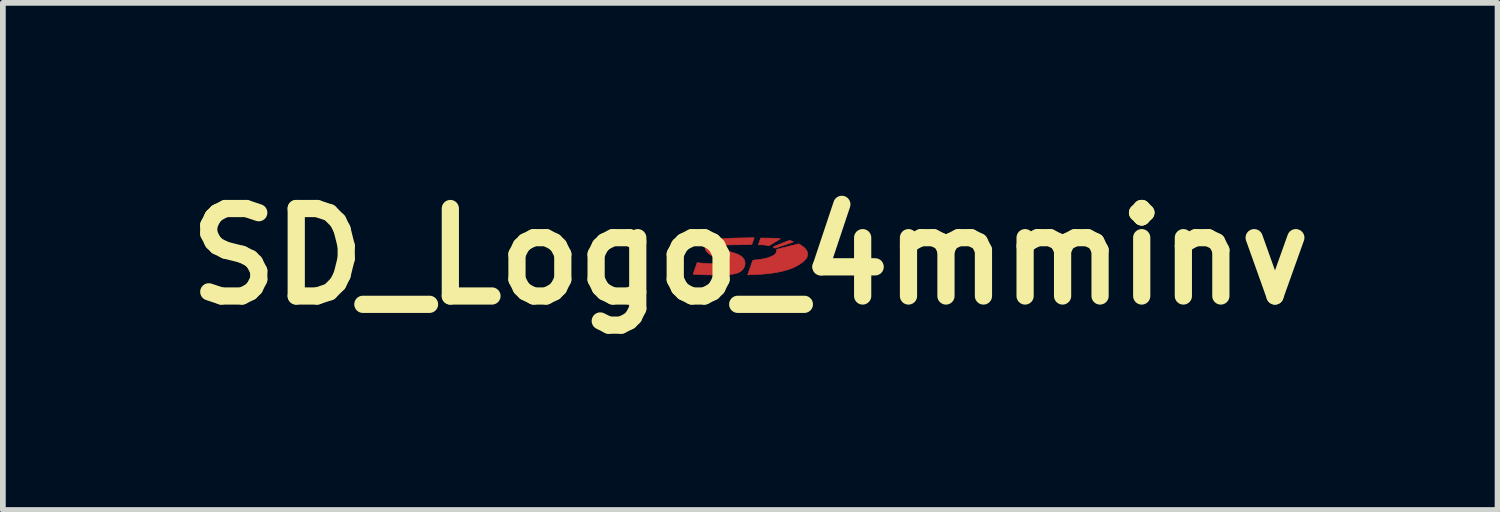
<source format=kicad_pcb>
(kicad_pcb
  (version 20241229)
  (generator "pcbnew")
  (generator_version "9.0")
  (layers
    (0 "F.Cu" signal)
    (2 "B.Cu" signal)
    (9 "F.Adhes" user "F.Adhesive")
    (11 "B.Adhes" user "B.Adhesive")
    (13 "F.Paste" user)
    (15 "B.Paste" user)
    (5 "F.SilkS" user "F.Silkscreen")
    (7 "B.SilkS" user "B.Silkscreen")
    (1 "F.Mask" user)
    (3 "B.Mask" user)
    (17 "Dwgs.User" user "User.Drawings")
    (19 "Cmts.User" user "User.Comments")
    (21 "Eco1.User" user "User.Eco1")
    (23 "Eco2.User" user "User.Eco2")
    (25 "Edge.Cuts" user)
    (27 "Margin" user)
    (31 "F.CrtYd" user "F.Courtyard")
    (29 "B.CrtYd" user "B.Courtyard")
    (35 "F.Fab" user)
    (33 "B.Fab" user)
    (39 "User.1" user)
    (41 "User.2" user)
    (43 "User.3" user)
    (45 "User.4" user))
  (footprint "SD_Logo_4mminv"
    (layer "F.Cu")
    (at 10.022 1.418)
    (property "Reference" "SD_Logo_4mminv" (at 0 0 0) (layer "F.SilkS") (effects (font (size 1.524 1.524) (thickness 0.3))))
    (attr through_hole)
    (fp_poly (pts (xy 0.319 -0.319) (xy 0.361 -0.318) (xy 0.402 -0.317) (xy 0.439 -0.315) (xy 0.468 -0.314) (xy 0.488 -0.312) (xy 0.491 -0.312) (xy 0.527 -0.308) (xy 0.427 -0.246) (xy 0.395 -0.227) (xy 0.367 -0.21) (xy 0.344 -0.196) (xy 0.329 -0.188) (xy 0.323 -0.185) (xy 0.316 -0.187) (xy 0.3 -0.19) (xy 0.279 -0.194) (xy 0.251 -0.199) (xy 0.217 -0.202) (xy 0.19 -0.203) (xy 0.141 -0.203) (xy 0.162 -0.262) (xy 0.183 -0.321) (xy 0.319 -0.319)) (stroke (width 0.01) (type solid)) (fill yes) (layer "F.Cu"))
    (fp_poly (pts (xy 0.716 -0.27) (xy 0.735 -0.264) (xy 0.748 -0.258) (xy 0.752 -0.255) (xy 0.747 -0.252) (xy 0.731 -0.245) (xy 0.707 -0.236) (xy 0.675 -0.225) (xy 0.637 -0.211) (xy 0.594 -0.197) (xy 0.591 -0.196) (xy 0.542 -0.18) (xy 0.504 -0.167) (xy 0.475 -0.158) (xy 0.454 -0.152) (xy 0.439 -0.148) (xy 0.429 -0.147) (xy 0.422 -0.148) (xy 0.416 -0.15) (xy 0.413 -0.153) (xy 0.407 -0.156) (xy 0.404 -0.16) (xy 0.403 -0.163) (xy 0.407 -0.167) (xy 0.416 -0.172) (xy 0.431 -0.179) (xy 0.454 -0.189) (xy 0.486 -0.202) (xy 0.528 -0.219) (xy 0.553 -0.229) (xy 0.683 -0.281) (xy 0.716 -0.27)) (stroke (width 0.01) (type solid)) (fill yes) (layer "F.Cu"))
    (fp_poly (pts (xy 0.884 -0.197) (xy 0.92 -0.172) (xy 0.951 -0.144) (xy 0.976 -0.116) (xy 0.989 -0.096) (xy 0.998 -0.068) (xy 1 -0.035) (xy 0.996 -0.002) (xy 0.988 0.019) (xy 0.967 0.049) (xy 0.936 0.08) (xy 0.896 0.113) (xy 0.85 0.144) (xy 0.799 0.173) (xy 0.746 0.199) (xy 0.744 0.2) (xy 0.653 0.233) (xy 0.552 0.26) (xy 0.441 0.283) (xy 0.319 0.299) (xy 0.189 0.311) (xy 0.111 0.314) (xy 0.073 0.316) (xy 0.039 0.317) (xy 0.009 0.319) (xy -0.012 0.32) (xy -0.021 0.321) (xy -0.036 0.322) (xy -0.044 0.322) (xy -0.044 0.321) (xy -0.042 0.315) (xy -0.037 0.299) (xy -0.029 0.275) (xy -0.019 0.246) (xy -0.007 0.213) (xy 0.004 0.18) (xy 0.016 0.147) (xy 0.026 0.118) (xy 0.035 0.094) (xy 0.039 0.081) (xy 0.043 0.073) (xy 0.05 0.067) (xy 0.061 0.064) (xy 0.082 0.062) (xy 0.094 0.061) (xy 0.171 0.052) (xy 0.242 0.04) (xy 0.306 0.024) (xy 0.36 0.004) (xy 0.404 -0.018) (xy 0.41 -0.021) (xy 0.437 -0.044) (xy 0.454 -0.067) (xy 0.46 -0.09) (xy 0.458 -0.104) (xy 0.455 -0.116) (xy 0.46 -0.122) (xy 0.469 -0.125) (xy 0.479 -0.127) (xy 0.5 -0.133) (xy 0.53 -0.14) (xy 0.567 -0.15) (xy 0.61 -0.16) (xy 0.656 -0.172) (xy 0.666 -0.175) (xy 0.846 -0.22) (xy 0.884 -0.197)) (stroke (width 0.01) (type solid)) (fill yes) (layer "F.Cu"))
    (fp_poly (pts (xy 0.051 -0.27) (xy 0.042 -0.245) (xy 0.035 -0.225) (xy 0.03 -0.213) (xy 0.028 -0.21) (xy 0.021 -0.209) (xy 0.003 -0.208) (xy -0.025 -0.207) (xy -0.062 -0.206) (xy -0.107 -0.205) (xy -0.157 -0.204) (xy -0.212 -0.203) (xy -0.24 -0.203) (xy -0.307 -0.202) (xy -0.362 -0.201) (xy -0.407 -0.2) (xy -0.442 -0.199) (xy -0.47 -0.198) (xy -0.491 -0.196) (xy -0.507 -0.195) (xy -0.518 -0.193) (xy -0.526 -0.19) (xy -0.529 -0.189) (xy -0.546 -0.178) (xy -0.553 -0.167) (xy -0.553 -0.165) (xy -0.549 -0.156) (xy -0.538 -0.147) (xy -0.518 -0.136) (xy -0.489 -0.125) (xy -0.45 -0.112) (xy -0.399 -0.096) (xy -0.387 -0.093) (xy -0.325 -0.074) (xy -0.274 -0.058) (xy -0.232 -0.043) (xy -0.199 -0.028) (xy -0.171 -0.013) (xy -0.149 0.002) (xy -0.131 0.019) (xy -0.129 0.02) (xy -0.105 0.054) (xy -0.092 0.091) (xy -0.089 0.13) (xy -0.097 0.17) (xy -0.114 0.207) (xy -0.142 0.242) (xy -0.168 0.263) (xy -0.208 0.284) (xy -0.259 0.301) (xy -0.322 0.312) (xy -0.368 0.318) (xy -0.402 0.32) (xy -0.446 0.321) (xy -0.498 0.322) (xy -0.557 0.323) (xy -0.62 0.323) (xy -0.685 0.322) (xy -0.75 0.321) (xy -0.813 0.319) (xy -0.872 0.317) (xy -0.879 0.317) (xy -0.915 0.315) (xy -0.947 0.314) (xy -0.972 0.312) (xy -0.988 0.311) (xy -0.994 0.31) (xy -0.992 0.304) (xy -0.987 0.287) (xy -0.979 0.263) (xy -0.969 0.233) (xy -0.96 0.208) (xy -0.924 0.107) (xy -0.902 0.111) (xy -0.871 0.115) (xy -0.832 0.118) (xy -0.788 0.121) (xy -0.74 0.124) (xy -0.69 0.126) (xy -0.64 0.127) (xy -0.591 0.128) (xy -0.546 0.129) (xy -0.506 0.128) (xy -0.473 0.127) (xy -0.448 0.125) (xy -0.435 0.123) (xy -0.433 0.122) (xy -0.42 0.111) (xy -0.419 0.099) (xy -0.429 0.087) (xy -0.452 0.074) (xy -0.486 0.059) (xy -0.532 0.044) (xy -0.592 0.023) (xy -0.647 -0.001) (xy -0.694 -0.028) (xy -0.732 -0.056) (xy -0.761 -0.085) (xy -0.773 -0.104) (xy -0.779 -0.122) (xy -0.782 -0.145) (xy -0.782 -0.149) (xy -0.777 -0.183) (xy -0.761 -0.213) (xy -0.734 -0.239) (xy -0.695 -0.261) (xy -0.645 -0.28) (xy -0.584 -0.295) (xy -0.51 -0.307) (xy -0.47 -0.311) (xy -0.448 -0.313) (xy -0.415 -0.314) (xy -0.374 -0.316) (xy -0.325 -0.318) (xy -0.272 -0.319) (xy -0.216 -0.321) (xy -0.167 -0.322) (xy 0.07 -0.326) (xy 0.051 -0.27)) (stroke (width 0.01) (type solid)) (fill yes) (layer "F.Cu"))
    (fp_poly (pts (xy 0.319 -0.319) (xy 0.361 -0.318) (xy 0.402 -0.317) (xy 0.439 -0.315) (xy 0.468 -0.314) (xy 0.488 -0.313) (xy 0.491 -0.312) (xy 0.527 -0.308) (xy 0.427 -0.246) (xy 0.395 -0.227) (xy 0.367 -0.21) (xy 0.344 -0.197) (xy 0.329 -0.188) (xy 0.323 -0.185) (xy 0.316 -0.187) (xy 0.3 -0.19) (xy 0.279 -0.194) (xy 0.251 -0.199) (xy 0.217 -0.202) (xy 0.19 -0.203) (xy 0.141 -0.203) (xy 0.162 -0.262) (xy 0.183 -0.321) (xy 0.319 -0.319)) (stroke (width 0.01) (type solid)) (fill yes) (layer "F.Mask"))
    (fp_poly (pts (xy 0.716 -0.27) (xy 0.735 -0.264) (xy 0.748 -0.258) (xy 0.752 -0.255) (xy 0.747 -0.252) (xy 0.731 -0.245) (xy 0.707 -0.236) (xy 0.675 -0.225) (xy 0.637 -0.211) (xy 0.594 -0.197) (xy 0.591 -0.196) (xy 0.542 -0.18) (xy 0.504 -0.167) (xy 0.475 -0.158) (xy 0.454 -0.152) (xy 0.439 -0.148) (xy 0.429 -0.147) (xy 0.422 -0.148) (xy 0.416 -0.15) (xy 0.413 -0.153) (xy 0.407 -0.156) (xy 0.404 -0.16) (xy 0.403 -0.163) (xy 0.407 -0.167) (xy 0.416 -0.172) (xy 0.431 -0.179) (xy 0.454 -0.189) (xy 0.486 -0.202) (xy 0.528 -0.219) (xy 0.553 -0.229) (xy 0.683 -0.281) (xy 0.716 -0.27)) (stroke (width 0.01) (type solid)) (fill yes) (layer "F.Mask"))
    (fp_poly (pts (xy 0.884 -0.197) (xy 0.92 -0.172) (xy 0.951 -0.144) (xy 0.976 -0.116) (xy 0.989 -0.096) (xy 0.998 -0.068) (xy 1 -0.035) (xy 0.996 -0.002) (xy 0.988 0.019) (xy 0.967 0.049) (xy 0.936 0.08) (xy 0.896 0.113) (xy 0.85 0.144) (xy 0.799 0.173) (xy 0.746 0.199) (xy 0.744 0.2) (xy 0.653 0.233) (xy 0.552 0.26) (xy 0.441 0.283) (xy 0.319 0.299) (xy 0.189 0.311) (xy 0.111 0.314) (xy 0.073 0.316) (xy 0.039 0.317) (xy 0.009 0.319) (xy -0.012 0.32) (xy -0.021 0.321) (xy -0.036 0.322) (xy -0.044 0.322) (xy -0.044 0.321) (xy -0.042 0.315) (xy -0.037 0.299) (xy -0.029 0.275) (xy -0.019 0.246) (xy -0.007 0.213) (xy 0.004 0.18) (xy 0.016 0.147) (xy 0.026 0.118) (xy 0.035 0.094) (xy 0.039 0.081) (xy 0.043 0.073) (xy 0.05 0.067) (xy 0.061 0.064) (xy 0.082 0.062) (xy 0.094 0.061) (xy 0.171 0.052) (xy 0.242 0.04) (xy 0.306 0.024) (xy 0.36 0.004) (xy 0.404 -0.018) (xy 0.41 -0.021) (xy 0.437 -0.044) (xy 0.454 -0.067) (xy 0.46 -0.09) (xy 0.458 -0.104) (xy 0.455 -0.116) (xy 0.46 -0.122) (xy 0.469 -0.125) (xy 0.479 -0.127) (xy 0.5 -0.133) (xy 0.53 -0.14) (xy 0.567 -0.15) (xy 0.61 -0.16) (xy 0.656 -0.172) (xy 0.666 -0.175) (xy 0.846 -0.22) (xy 0.884 -0.197)) (stroke (width 0.01) (type solid)) (fill yes) (layer "F.Mask"))
    (fp_poly (pts (xy 0.051 -0.27) (xy 0.042 -0.245) (xy 0.035 -0.225) (xy 0.03 -0.213) (xy 0.028 -0.21) (xy 0.021 -0.209) (xy 0.003 -0.208) (xy -0.025 -0.207) (xy -0.062 -0.206) (xy -0.107 -0.205) (xy -0.157 -0.204) (xy -0.212 -0.203) (xy -0.24 -0.203) (xy -0.307 -0.202) (xy -0.362 -0.201) (xy -0.407 -0.2) (xy -0.442 -0.199) (xy -0.47 -0.198) (xy -0.491 -0.196) (xy -0.507 -0.195) (xy -0.518 -0.193) (xy -0.526 -0.19) (xy -0.529 -0.189) (xy -0.546 -0.178) (xy -0.553 -0.167) (xy -0.553 -0.165) (xy -0.549 -0.156) (xy -0.538 -0.147) (xy -0.518 -0.136) (xy -0.489 -0.125) (xy -0.45 -0.112) (xy -0.399 -0.096) (xy -0.387 -0.093) (xy -0.325 -0.074) (xy -0.274 -0.058) (xy -0.232 -0.043) (xy -0.199 -0.028) (xy -0.171 -0.013) (xy -0.149 0.002) (xy -0.131 0.019) (xy -0.129 0.02) (xy -0.105 0.054) (xy -0.092 0.091) (xy -0.089 0.13) (xy -0.097 0.17) (xy -0.114 0.207) (xy -0.142 0.242) (xy -0.168 0.263) (xy -0.208 0.284) (xy -0.259 0.301) (xy -0.322 0.312) (xy -0.368 0.318) (xy -0.402 0.32) (xy -0.446 0.321) (xy -0.498 0.322) (xy -0.557 0.323) (xy -0.62 0.323) (xy -0.685 0.322) (xy -0.75 0.321) (xy -0.813 0.319) (xy -0.872 0.317) (xy -0.879 0.317) (xy -0.915 0.315) (xy -0.947 0.314) (xy -0.972 0.312) (xy -0.988 0.311) (xy -0.994 0.31) (xy -0.992 0.304) (xy -0.987 0.287) (xy -0.979 0.263) (xy -0.969 0.233) (xy -0.96 0.208) (xy -0.924 0.107) (xy -0.902 0.111) (xy -0.871 0.115) (xy -0.832 0.118) (xy -0.788 0.121) (xy -0.74 0.124) (xy -0.69 0.126) (xy -0.64 0.127) (xy -0.591 0.128) (xy -0.546 0.129) (xy -0.506 0.128) (xy -0.473 0.127) (xy -0.448 0.125) (xy -0.435 0.123) (xy -0.433 0.122) (xy -0.42 0.111) (xy -0.419 0.099) (xy -0.429 0.087) (xy -0.452 0.074) (xy -0.486 0.059) (xy -0.532 0.044) (xy -0.592 0.023) (xy -0.647 -0.001) (xy -0.694 -0.028) (xy -0.732 -0.056) (xy -0.761 -0.085) (xy -0.773 -0.104) (xy -0.779 -0.122) (xy -0.782 -0.145) (xy -0.782 -0.149) (xy -0.777 -0.183) (xy -0.761 -0.213) (xy -0.734 -0.239) (xy -0.695 -0.261) (xy -0.645 -0.28) (xy -0.584 -0.295) (xy -0.51 -0.307) (xy -0.47 -0.311) (xy -0.448 -0.313) (xy -0.415 -0.314) (xy -0.374 -0.316) (xy -0.325 -0.318) (xy -0.272 -0.319) (xy -0.216 -0.321) (xy -0.167 -0.322) (xy 0.07 -0.326) (xy 0.051 -0.27)) (stroke (width 0.01) (type solid)) (fill yes) (layer "F.Mask")))
  (gr_rect
    (start -3 -3)
    (end 23.044 5.836)
    (stroke (width 0.1) (type default))
    (fill no)
    (layer "Edge.Cuts")))
</source>
